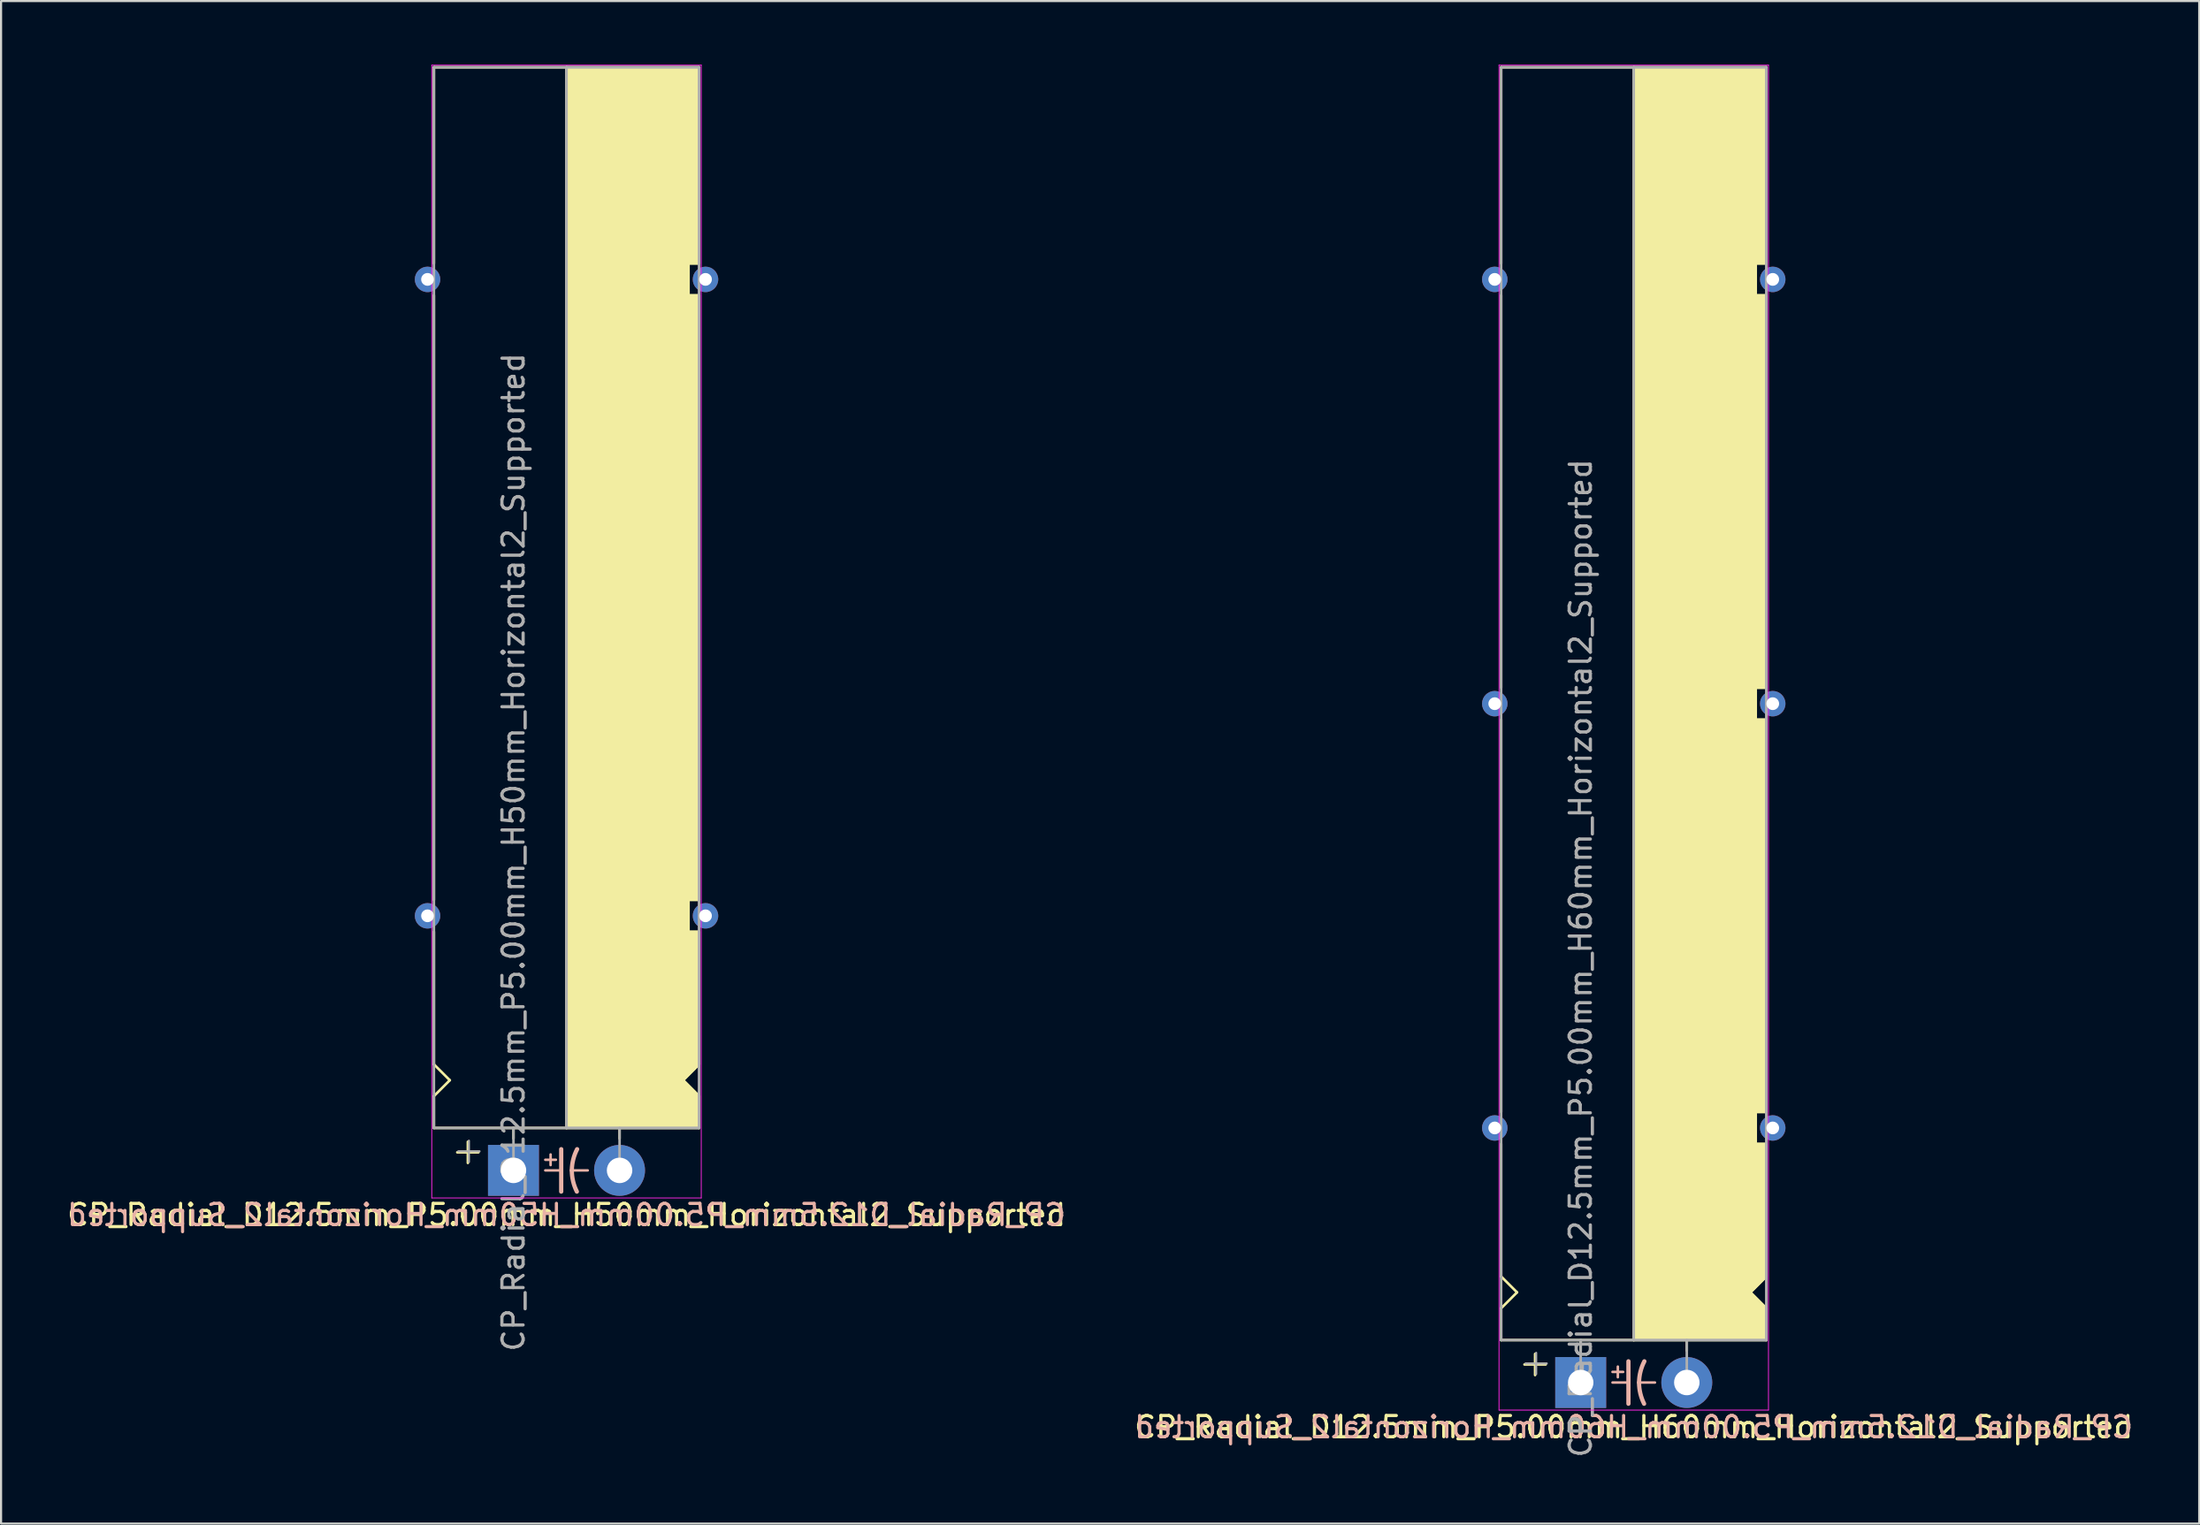
<source format=kicad_pcb>
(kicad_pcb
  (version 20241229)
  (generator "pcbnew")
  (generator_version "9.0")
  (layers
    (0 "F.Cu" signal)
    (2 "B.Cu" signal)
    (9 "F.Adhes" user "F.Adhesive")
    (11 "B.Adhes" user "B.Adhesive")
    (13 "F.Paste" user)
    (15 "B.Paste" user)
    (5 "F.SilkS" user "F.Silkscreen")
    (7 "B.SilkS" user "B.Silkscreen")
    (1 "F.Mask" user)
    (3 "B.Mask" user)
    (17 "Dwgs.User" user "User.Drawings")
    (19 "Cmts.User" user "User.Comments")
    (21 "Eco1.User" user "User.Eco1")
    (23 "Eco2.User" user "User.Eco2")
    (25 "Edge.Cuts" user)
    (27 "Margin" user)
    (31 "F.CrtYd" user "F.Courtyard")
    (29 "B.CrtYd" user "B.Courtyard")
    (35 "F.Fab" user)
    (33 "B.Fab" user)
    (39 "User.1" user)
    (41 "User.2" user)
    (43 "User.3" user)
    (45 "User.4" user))
  (footprint "CP_Radial_D12.5mm_P5.00mm_H50mm_Horizontal2_Supported"
    (layer "F.Cu")
    (at 21.149 52.12)
    (property "Reference" "CP_Radial_D12.5mm_P5.00mm_H50mm_Horizontal2_Supported" (at 2.5 2.1 180) (layer "F.SilkS") (effects (font (size 1 1) (thickness 0.15))))
    (fp_line (start -3.75 -52) (end -3.75 -42.75) (stroke (width 0.12) (type solid)) (layer "F.SilkS"))
    (fp_line (start -3.75 -12.75) (end -3.75 -41.25) (stroke (width 0.12) (type solid)) (layer "F.SilkS"))
    (fp_line (start -3.75 -5) (end -3.75 -11.25) (stroke (width 0.12) (type solid)) (layer "F.SilkS"))
    (fp_line (start -3.75 -3.5) (end -3 -4.25) (stroke (width 0.12) (type solid)) (layer "F.SilkS"))
    (fp_line (start -3.75 -2) (end -3.75 -3.5) (stroke (width 0.12) (type solid)) (layer "F.SilkS"))
    (fp_line (start -3 -4.25) (end -3.75 -5) (stroke (width 0.12) (type solid)) (layer "F.SilkS"))
    (fp_line (start -2.15 -1.35) (end -2.15 -0.35) (stroke (width 0.12) (type solid)) (layer "F.SilkS"))
    (fp_line (start -1.65 -0.85) (end -2.65 -0.85) (stroke (width 0.12) (type solid)) (layer "F.SilkS"))
    (fp_line (start 0 -1.5) (end 0 -2) (stroke (width 0.12) (type solid)) (layer "F.SilkS"))
    (fp_line (start 2.5 -2) (end -3.75 -2) (stroke (width 0.12) (type solid)) (layer "F.SilkS"))
    (fp_line (start 2.5 -2) (end 2.5 -52) (stroke (width 0.12) (type solid)) (layer "F.SilkS"))
    (fp_line (start 2.5 -2) (end 8.75 -2) (stroke (width 0.12) (type solid)) (layer "F.SilkS"))
    (fp_line (start 5 -1.5) (end 5 -2) (stroke (width 0.12) (type solid)) (layer "F.SilkS"))
    (fp_line (start 8 -4.25) (end 8.75 -5) (stroke (width 0.12) (type solid)) (layer "F.SilkS"))
    (fp_line (start 8.25 -42.75) (end 8.25 -41.25) (stroke (width 0.12) (type solid)) (layer "F.SilkS"))
    (fp_line (start 8.25 -41.25) (end 8.75 -41.25) (stroke (width 0.12) (type solid)) (layer "F.SilkS"))
    (fp_line (start 8.25 -12.75) (end 8.25 -11.25) (stroke (width 0.12) (type solid)) (layer "F.SilkS"))
    (fp_line (start 8.25 -11.25) (end 8.75 -11.25) (stroke (width 0.12) (type solid)) (layer "F.SilkS"))
    (fp_line (start 8.75 -52) (end -3.75 -52) (stroke (width 0.12) (type solid)) (layer "F.SilkS"))
    (fp_line (start 8.75 -52) (end 8.75 -42.75) (stroke (width 0.12) (type solid)) (layer "F.SilkS"))
    (fp_line (start 8.75 -42.75) (end 8.25 -42.75) (stroke (width 0.12) (type solid)) (layer "F.SilkS"))
    (fp_line (start 8.75 -12.75) (end 8.25 -12.75) (stroke (width 0.12) (type solid)) (layer "F.SilkS"))
    (fp_line (start 8.75 -12.75) (end 8.75 -41.25) (stroke (width 0.12) (type solid)) (layer "F.SilkS"))
    (fp_line (start 8.75 -5) (end 8.75 -11.25) (stroke (width 0.12) (type solid)) (layer "F.SilkS"))
    (fp_line (start 8.75 -3.5) (end 8 -4.25) (stroke (width 0.12) (type solid)) (layer "F.SilkS"))
    (fp_line (start 8.75 -2) (end 8.75 -3.5) (stroke (width 0.12) (type solid)) (layer "F.SilkS"))
    (fp_poly (pts (xy 8.75 -3.5) (xy 8 -4.25) (xy 8.75 -5) (xy 8.75 -11.25) (xy 8.25 -11.25) (xy 8.25 -12.75) (xy 8.75 -12.75) (xy 8.75 -41.25) (xy 8.25 -41.25) (xy 8.25 -42.75) (xy 8.75 -42.75) (xy 8.75 -52) (xy 2.5 -52) (xy 2.5 -2) (xy 8.75 -2)) (stroke (width 0.1) (type solid)) (fill yes) (layer "F.SilkS"))
    (fp_line (start 1.5 -0.5) (end 2 -0.5) (stroke (width 0.12) (type solid)) (layer "B.SilkS"))
    (fp_line (start 1.5 0) (end 2.25 0) (stroke (width 0.12) (type solid)) (layer "B.SilkS"))
    (fp_line (start 1.75 -0.75) (end 1.75 -0.25) (stroke (width 0.12) (type solid)) (layer "B.SilkS"))
    (fp_line (start 2.25 1) (end 2.25 -1) (stroke (width 0.2) (type solid)) (layer "B.SilkS"))
    (fp_line (start 3.5 0) (end 2.75 0) (stroke (width 0.12) (type solid)) (layer "B.SilkS"))
    (fp_arc (start 2.75 0) (mid 2.816707 -0.514573) (end 3 -1) (stroke (width 0.2) (type solid)) (layer "B.SilkS"))
    (fp_arc (start 2.987539 1) (mid 2.810247 0.513901) (end 2.75 0) (stroke (width 0.2) (type solid)) (layer "B.SilkS"))
    (fp_line (start -3.85 -52.1) (end -3.85 1.3) (stroke (width 0.04) (type solid)) (layer "F.CrtYd"))
    (fp_line (start 8.85 -52.1) (end -3.85 -52.1) (stroke (width 0.04) (type solid)) (layer "F.CrtYd"))
    (fp_line (start 8.85 1.3) (end -3.85 1.3) (stroke (width 0.04) (type solid)) (layer "F.CrtYd"))
    (fp_line (start 8.85 1.3) (end 8.85 -52.1) (stroke (width 0.04) (type solid)) (layer "F.CrtYd"))
    (fp_line (start -3.75 -52) (end 8.75 -52) (stroke (width 0.12) (type solid)) (layer "F.Fab"))
    (fp_line (start -3.75 -2) (end -3.75 -52) (stroke (width 0.12) (type solid)) (layer "F.Fab"))
    (fp_line (start -2.6 -0.9) (end -1.6 -0.9) (stroke (width 0.1) (type solid)) (layer "F.Fab"))
    (fp_line (start -2.1 -0.4) (end -2.1 -1.4) (stroke (width 0.1) (type solid)) (layer "F.Fab"))
    (fp_line (start 0 -2) (end -3.75 -2) (stroke (width 0.12) (type solid)) (layer "F.Fab"))
    (fp_line (start 0 0) (end 0 -2) (stroke (width 0.12) (type solid)) (layer "F.Fab"))
    (fp_line (start 2.5 -2) (end 2.5 -52) (stroke (width 0.12) (type solid)) (layer "F.Fab"))
    (fp_line (start 5 -2) (end 5 0) (stroke (width 0.12) (type solid)) (layer "F.Fab"))
    (fp_line (start 8.75 -52) (end 8.75 -2) (stroke (width 0.12) (type solid)) (layer "F.Fab"))
    (fp_line (start 8.75 -2) (end 0 -2) (stroke (width 0.12) (type solid)) (layer "F.Fab"))
    (fp_poly (pts (xy 8.75 -52) (xy 2.5 -52) (xy 2.5 -2) (xy 8.75 -2)) (stroke (width 0.1) (type solid)) (fill no) (layer "F.Fab"))
    (fp_text user "${REFERENCE}" (at 2.5 2.1 0) (layer "B.SilkS") (effects (font (size 1 1) (thickness 0.15)) (justify mirror)))
    (fp_text user "${REFERENCE}" (at 0 -15 90) (layer "F.Fab") (effects (font (size 1 1) (thickness 0.15))))
    (pad "1" thru_hole rect (at 0 0) (size 2.4 2.4) (drill 1.2) (layers "*.Cu" "*.Mask"))
    (pad "2" thru_hole circle (at 5 0) (size 2.4 2.4) (drill 1.2) (layers "*.Cu" "*.Mask"))
    (pad "~" thru_hole circle (at -4.05 -42 180) (size 1.2 1.2) (drill 0.6) (layers "*.Cu" "*.Mask"))
    (pad "~" thru_hole circle (at -4.05 -12 180) (size 1.2 1.2) (drill 0.6) (layers "*.Cu" "*.Mask"))
    (pad "~" thru_hole circle (at 9.05 -42 180) (size 1.2 1.2) (drill 0.6) (layers "*.Cu" "*.Mask"))
    (pad "~" thru_hole circle (at 9.05 -12 180) (size 1.2 1.2) (drill 0.6) (layers "*.Cu" "*.Mask")))
  (footprint "CP_Radial_D12.5mm_P5.00mm_H60mm_Horizontal2_Supported"
    (layer "F.Cu")
    (at 71.446 62.12)
    (property "Reference" "CP_Radial_D12.5mm_P5.00mm_H60mm_Horizontal2_Supported" (at 2.5 2.1 180) (layer "F.SilkS") (effects (font (size 1 1) (thickness 0.15))))
    (fp_line (start -3.75 -62) (end -3.75 -52.75) (stroke (width 0.12) (type solid)) (layer "F.SilkS"))
    (fp_line (start -3.75 -32.75) (end -3.75 -51.25) (stroke (width 0.12) (type solid)) (layer "F.SilkS"))
    (fp_line (start -3.75 -12.75) (end -3.75 -31.25) (stroke (width 0.12) (type solid)) (layer "F.SilkS"))
    (fp_line (start -3.75 -5) (end -3.75 -11.25) (stroke (width 0.12) (type solid)) (layer "F.SilkS"))
    (fp_line (start -3.75 -3.5) (end -3 -4.25) (stroke (width 0.12) (type solid)) (layer "F.SilkS"))
    (fp_line (start -3.75 -2) (end -3.75 -3.5) (stroke (width 0.12) (type solid)) (layer "F.SilkS"))
    (fp_line (start -3 -4.25) (end -3.75 -5) (stroke (width 0.12) (type solid)) (layer "F.SilkS"))
    (fp_line (start -2.15 -1.35) (end -2.15 -0.35) (stroke (width 0.12) (type solid)) (layer "F.SilkS"))
    (fp_line (start -1.65 -0.85) (end -2.65 -0.85) (stroke (width 0.12) (type solid)) (layer "F.SilkS"))
    (fp_line (start 0 -1.5) (end 0 -2) (stroke (width 0.12) (type solid)) (layer "F.SilkS"))
    (fp_line (start 2.5 -2) (end -3.75 -2) (stroke (width 0.12) (type solid)) (layer "F.SilkS"))
    (fp_line (start 2.5 -2) (end 2.5 -62) (stroke (width 0.12) (type solid)) (layer "F.SilkS"))
    (fp_line (start 2.5 -2) (end 8.75 -2) (stroke (width 0.12) (type solid)) (layer "F.SilkS"))
    (fp_line (start 5 -1.5) (end 5 -2) (stroke (width 0.12) (type solid)) (layer "F.SilkS"))
    (fp_line (start 8 -4.25) (end 8.75 -5) (stroke (width 0.12) (type solid)) (layer "F.SilkS"))
    (fp_line (start 8.25 -52.75) (end 8.25 -51.25) (stroke (width 0.12) (type solid)) (layer "F.SilkS"))
    (fp_line (start 8.25 -51.25) (end 8.75 -51.25) (stroke (width 0.12) (type solid)) (layer "F.SilkS"))
    (fp_line (start 8.25 -32.75) (end 8.25 -31.25) (stroke (width 0.12) (type solid)) (layer "F.SilkS"))
    (fp_line (start 8.25 -31.25) (end 8.75 -31.25) (stroke (width 0.12) (type solid)) (layer "F.SilkS"))
    (fp_line (start 8.25 -12.75) (end 8.25 -11.25) (stroke (width 0.12) (type solid)) (layer "F.SilkS"))
    (fp_line (start 8.25 -11.25) (end 8.75 -11.25) (stroke (width 0.12) (type solid)) (layer "F.SilkS"))
    (fp_line (start 8.75 -62) (end -3.75 -62) (stroke (width 0.12) (type solid)) (layer "F.SilkS"))
    (fp_line (start 8.75 -62) (end 8.75 -52.75) (stroke (width 0.12) (type solid)) (layer "F.SilkS"))
    (fp_line (start 8.75 -52.75) (end 8.25 -52.75) (stroke (width 0.12) (type solid)) (layer "F.SilkS"))
    (fp_line (start 8.75 -51.25) (end 8.75 -32.75) (stroke (width 0.12) (type solid)) (layer "F.SilkS"))
    (fp_line (start 8.75 -32.75) (end 8.25 -32.75) (stroke (width 0.12) (type solid)) (layer "F.SilkS"))
    (fp_line (start 8.75 -12.75) (end 8.25 -12.75) (stroke (width 0.12) (type solid)) (layer "F.SilkS"))
    (fp_line (start 8.75 -12.75) (end 8.75 -31.25) (stroke (width 0.12) (type solid)) (layer "F.SilkS"))
    (fp_line (start 8.75 -5) (end 8.75 -11.25) (stroke (width 0.12) (type solid)) (layer "F.SilkS"))
    (fp_line (start 8.75 -3.5) (end 8 -4.25) (stroke (width 0.12) (type solid)) (layer "F.SilkS"))
    (fp_line (start 8.75 -2) (end 8.75 -3.5) (stroke (width 0.12) (type solid)) (layer "F.SilkS"))
    (fp_poly (pts (xy 8.75 -3.5) (xy 8 -4.25) (xy 8.75 -5) (xy 8.75 -11.25) (xy 8.25 -11.25) (xy 8.25 -12.75) (xy 8.75 -12.75) (xy 8.75 -31.25) (xy 8.25 -31.25) (xy 8.25 -32.75) (xy 8.75 -32.75) (xy 8.75 -51.25) (xy 8.25 -51.25) (xy 8.25 -52.75) (xy 8.75 -52.75) (xy 8.75 -62) (xy 2.5 -62) (xy 2.5 -2) (xy 8.75 -2)) (stroke (width 0.1) (type solid)) (fill yes) (layer "F.SilkS"))
    (fp_line (start 1.5 -0.5) (end 2 -0.5) (stroke (width 0.12) (type solid)) (layer "B.SilkS"))
    (fp_line (start 1.5 0) (end 2.25 0) (stroke (width 0.12) (type solid)) (layer "B.SilkS"))
    (fp_line (start 1.75 -0.75) (end 1.75 -0.25) (stroke (width 0.12) (type solid)) (layer "B.SilkS"))
    (fp_line (start 2.25 1) (end 2.25 -1) (stroke (width 0.2) (type solid)) (layer "B.SilkS"))
    (fp_line (start 3.5 0) (end 2.75 0) (stroke (width 0.12) (type solid)) (layer "B.SilkS"))
    (fp_arc (start 2.75 0) (mid 2.816707 -0.514573) (end 3 -1) (stroke (width 0.2) (type solid)) (layer "B.SilkS"))
    (fp_arc (start 2.987539 1) (mid 2.810247 0.513901) (end 2.75 0) (stroke (width 0.2) (type solid)) (layer "B.SilkS"))
    (fp_line (start -3.85 -62.1) (end -3.85 1.3) (stroke (width 0.04) (type solid)) (layer "F.CrtYd"))
    (fp_line (start 8.85 -62.1) (end -3.85 -62.1) (stroke (width 0.04) (type solid)) (layer "F.CrtYd"))
    (fp_line (start 8.85 1.3) (end -3.85 1.3) (stroke (width 0.04) (type solid)) (layer "F.CrtYd"))
    (fp_line (start 8.85 1.3) (end 8.85 -62.1) (stroke (width 0.04) (type solid)) (layer "F.CrtYd"))
    (fp_line (start -3.75 -62) (end 8.75 -62) (stroke (width 0.12) (type solid)) (layer "F.Fab"))
    (fp_line (start -3.75 -2) (end -3.75 -62) (stroke (width 0.12) (type solid)) (layer "F.Fab"))
    (fp_line (start -2.6 -0.9) (end -1.6 -0.9) (stroke (width 0.1) (type solid)) (layer "F.Fab"))
    (fp_line (start -2.1 -0.4) (end -2.1 -1.4) (stroke (width 0.1) (type solid)) (layer "F.Fab"))
    (fp_line (start 0 -2) (end -3.75 -2) (stroke (width 0.12) (type solid)) (layer "F.Fab"))
    (fp_line (start 0 0) (end 0 -2) (stroke (width 0.12) (type solid)) (layer "F.Fab"))
    (fp_line (start 2.5 -2) (end 2.5 -62) (stroke (width 0.12) (type solid)) (layer "F.Fab"))
    (fp_line (start 5 -2) (end 5 0) (stroke (width 0.12) (type solid)) (layer "F.Fab"))
    (fp_line (start 8.75 -62) (end 8.75 -2) (stroke (width 0.12) (type solid)) (layer "F.Fab"))
    (fp_line (start 8.75 -2) (end 0 -2) (stroke (width 0.12) (type solid)) (layer "F.Fab"))
    (fp_poly (pts (xy 8.75 -62) (xy 2.5 -62) (xy 2.5 -2) (xy 8.75 -2)) (stroke (width 0.1) (type solid)) (fill no) (layer "F.Fab"))
    (fp_text user "${REFERENCE}" (at 2.5 2.1 0) (layer "B.SilkS") (effects (font (size 1 1) (thickness 0.15)) (justify mirror)))
    (fp_text user "${REFERENCE}" (at 0 -20 90) (layer "F.Fab") (effects (font (size 1 1) (thickness 0.15))))
    (pad "1" thru_hole rect (at 0 0) (size 2.4 2.4) (drill 1.2) (layers "*.Cu" "*.Mask"))
    (pad "2" thru_hole circle (at 5 0) (size 2.4 2.4) (drill 1.2) (layers "*.Cu" "*.Mask"))
    (pad "~" thru_hole circle (at -4.05 -52 180) (size 1.2 1.2) (drill 0.6) (layers "*.Cu" "*.Mask"))
    (pad "~" thru_hole circle (at -4.05 -32 180) (size 1.2 1.2) (drill 0.6) (layers "*.Cu" "*.Mask"))
    (pad "~" thru_hole circle (at -4.05 -12 180) (size 1.2 1.2) (drill 0.6) (layers "*.Cu" "*.Mask"))
    (pad "~" thru_hole circle (at 9.05 -52 180) (size 1.2 1.2) (drill 0.6) (layers "*.Cu" "*.Mask"))
    (pad "~" thru_hole circle (at 9.05 -32 180) (size 1.2 1.2) (drill 0.6) (layers "*.Cu" "*.Mask"))
    (pad "~" thru_hole circle (at 9.05 -12 180) (size 1.2 1.2) (drill 0.6) (layers "*.Cu" "*.Mask")))
  (gr_rect
    (start -3 -3)
    (end 100.595 68.769)
    (stroke (width 0.1) (type default))
    (fill no)
    (layer "Edge.Cuts")))
</source>
